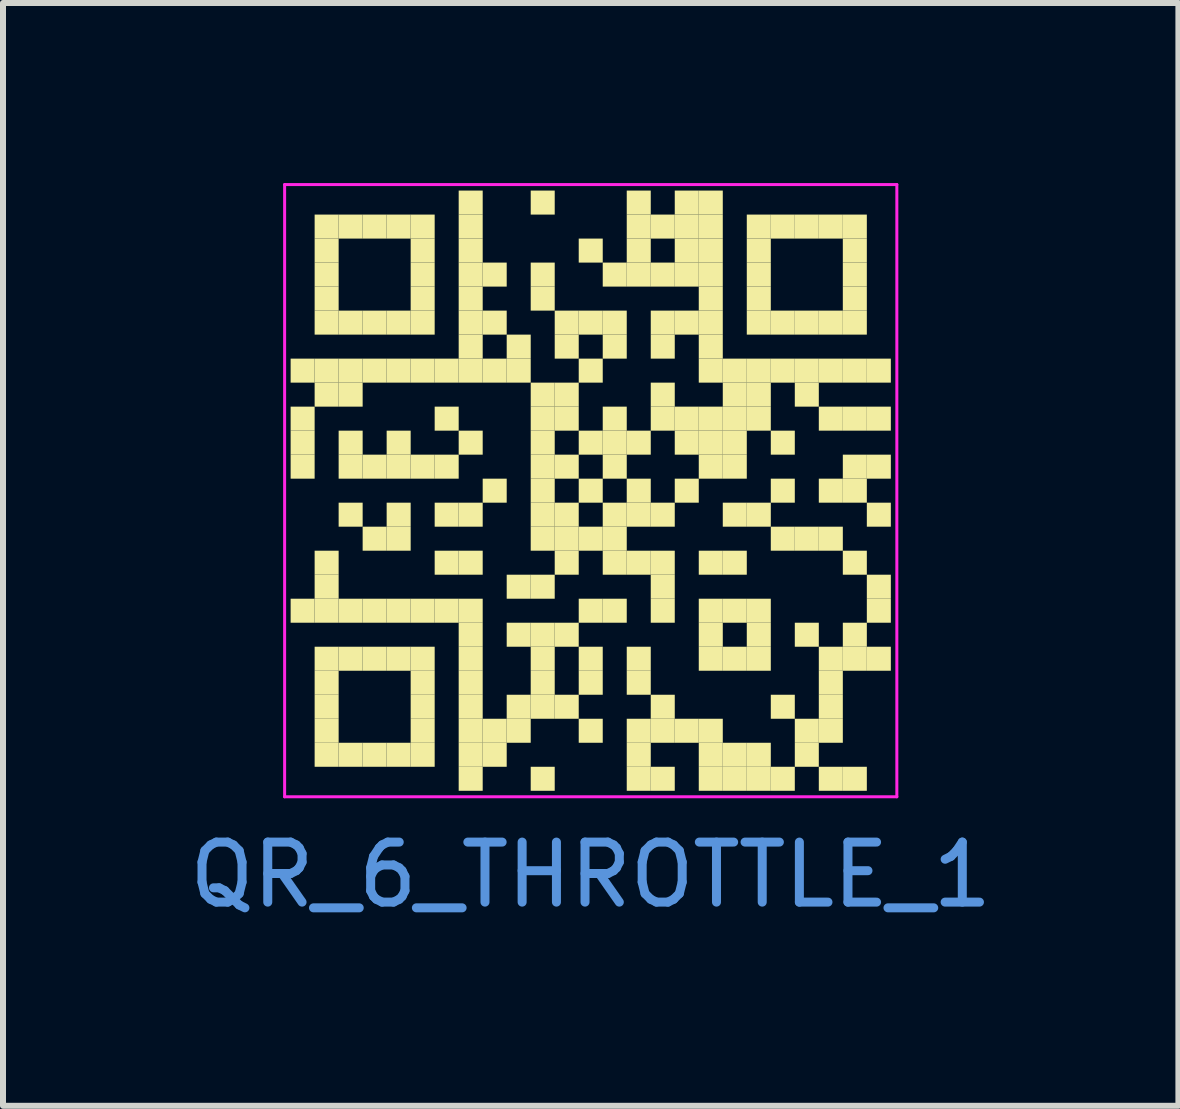
<source format=kicad_pcb>
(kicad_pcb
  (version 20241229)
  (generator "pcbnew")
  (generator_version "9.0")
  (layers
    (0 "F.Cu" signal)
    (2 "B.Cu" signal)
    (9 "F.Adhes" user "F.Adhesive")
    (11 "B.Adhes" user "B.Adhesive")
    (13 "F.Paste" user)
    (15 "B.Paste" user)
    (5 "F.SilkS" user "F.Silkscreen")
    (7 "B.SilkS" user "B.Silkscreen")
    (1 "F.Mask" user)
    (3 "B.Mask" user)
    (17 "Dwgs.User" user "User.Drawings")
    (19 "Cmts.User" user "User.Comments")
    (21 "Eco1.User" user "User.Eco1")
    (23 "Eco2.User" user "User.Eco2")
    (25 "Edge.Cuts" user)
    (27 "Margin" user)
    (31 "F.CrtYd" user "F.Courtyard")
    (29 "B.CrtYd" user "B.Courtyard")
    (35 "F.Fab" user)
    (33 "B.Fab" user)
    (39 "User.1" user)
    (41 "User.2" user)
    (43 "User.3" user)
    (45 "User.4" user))
  (footprint "QR_6_THROTTLE_1"
    (layer "F.Cu")
    (at 6.792 5.125)
    (property "Reference" "QR_6_THROTTLE_1" (at 0 6.4 0) (layer "Cmts.User") (effects (font (size 1 1) (thickness 0.15))))
    (fp_rect (start -5 -2.2) (end -4.6 -1.8) (stroke (width 0) (type solid)) (fill yes) (layer "F.SilkS"))
    (fp_rect (start -5 -1.4) (end -4.6 -1) (stroke (width 0) (type solid)) (fill yes) (layer "F.SilkS"))
    (fp_rect (start -5 -1) (end -4.6 -0.6) (stroke (width 0) (type solid)) (fill yes) (layer "F.SilkS"))
    (fp_rect (start -5 -0.6) (end -4.6 -0.2) (stroke (width 0) (type solid)) (fill yes) (layer "F.SilkS"))
    (fp_rect (start -5 1.8) (end -4.6 2.2) (stroke (width 0) (type solid)) (fill yes) (layer "F.SilkS"))
    (fp_rect (start -4.6 -4.6) (end -4.2 -4.2) (stroke (width 0) (type solid)) (fill yes) (layer "F.SilkS"))
    (fp_rect (start -4.6 -4.2) (end -4.2 -3.8) (stroke (width 0) (type solid)) (fill yes) (layer "F.SilkS"))
    (fp_rect (start -4.6 -3.8) (end -4.2 -3.4) (stroke (width 0) (type solid)) (fill yes) (layer "F.SilkS"))
    (fp_rect (start -4.6 -3.4) (end -4.2 -3) (stroke (width 0) (type solid)) (fill yes) (layer "F.SilkS"))
    (fp_rect (start -4.6 -3) (end -4.2 -2.6) (stroke (width 0) (type solid)) (fill yes) (layer "F.SilkS"))
    (fp_rect (start -4.6 -2.2) (end -4.2 -1.8) (stroke (width 0) (type solid)) (fill yes) (layer "F.SilkS"))
    (fp_rect (start -4.6 -1.8) (end -4.2 -1.4) (stroke (width 0) (type solid)) (fill yes) (layer "F.SilkS"))
    (fp_rect (start -4.6 1) (end -4.2 1.4) (stroke (width 0) (type solid)) (fill yes) (layer "F.SilkS"))
    (fp_rect (start -4.6 1.4) (end -4.2 1.8) (stroke (width 0) (type solid)) (fill yes) (layer "F.SilkS"))
    (fp_rect (start -4.6 1.8) (end -4.2 2.2) (stroke (width 0) (type solid)) (fill yes) (layer "F.SilkS"))
    (fp_rect (start -4.6 2.6) (end -4.2 3) (stroke (width 0) (type solid)) (fill yes) (layer "F.SilkS"))
    (fp_rect (start -4.6 3) (end -4.2 3.4) (stroke (width 0) (type solid)) (fill yes) (layer "F.SilkS"))
    (fp_rect (start -4.6 3.4) (end -4.2 3.8) (stroke (width 0) (type solid)) (fill yes) (layer "F.SilkS"))
    (fp_rect (start -4.6 3.8) (end -4.2 4.2) (stroke (width 0) (type solid)) (fill yes) (layer "F.SilkS"))
    (fp_rect (start -4.6 4.2) (end -4.2 4.6) (stroke (width 0) (type solid)) (fill yes) (layer "F.SilkS"))
    (fp_rect (start -4.2 -4.6) (end -3.8 -4.2) (stroke (width 0) (type solid)) (fill yes) (layer "F.SilkS"))
    (fp_rect (start -4.2 -3) (end -3.8 -2.6) (stroke (width 0) (type solid)) (fill yes) (layer "F.SilkS"))
    (fp_rect (start -4.2 -2.2) (end -3.8 -1.8) (stroke (width 0) (type solid)) (fill yes) (layer "F.SilkS"))
    (fp_rect (start -4.2 -1.8) (end -3.8 -1.4) (stroke (width 0) (type solid)) (fill yes) (layer "F.SilkS"))
    (fp_rect (start -4.2 -1) (end -3.8 -0.6) (stroke (width 0) (type solid)) (fill yes) (layer "F.SilkS"))
    (fp_rect (start -4.2 -0.6) (end -3.8 -0.2) (stroke (width 0) (type solid)) (fill yes) (layer "F.SilkS"))
    (fp_rect (start -4.2 0.2) (end -3.8 0.6) (stroke (width 0) (type solid)) (fill yes) (layer "F.SilkS"))
    (fp_rect (start -4.2 1.8) (end -3.8 2.2) (stroke (width 0) (type solid)) (fill yes) (layer "F.SilkS"))
    (fp_rect (start -4.2 2.6) (end -3.8 3) (stroke (width 0) (type solid)) (fill yes) (layer "F.SilkS"))
    (fp_rect (start -4.2 4.2) (end -3.8 4.6) (stroke (width 0) (type solid)) (fill yes) (layer "F.SilkS"))
    (fp_rect (start -3.8 -4.6) (end -3.4 -4.2) (stroke (width 0) (type solid)) (fill yes) (layer "F.SilkS"))
    (fp_rect (start -3.8 -3) (end -3.4 -2.6) (stroke (width 0) (type solid)) (fill yes) (layer "F.SilkS"))
    (fp_rect (start -3.8 -2.2) (end -3.4 -1.8) (stroke (width 0) (type solid)) (fill yes) (layer "F.SilkS"))
    (fp_rect (start -3.8 -0.6) (end -3.4 -0.2) (stroke (width 0) (type solid)) (fill yes) (layer "F.SilkS"))
    (fp_rect (start -3.8 0.6) (end -3.4 1) (stroke (width 0) (type solid)) (fill yes) (layer "F.SilkS"))
    (fp_rect (start -3.8 1.8) (end -3.4 2.2) (stroke (width 0) (type solid)) (fill yes) (layer "F.SilkS"))
    (fp_rect (start -3.8 2.6) (end -3.4 3) (stroke (width 0) (type solid)) (fill yes) (layer "F.SilkS"))
    (fp_rect (start -3.8 4.2) (end -3.4 4.6) (stroke (width 0) (type solid)) (fill yes) (layer "F.SilkS"))
    (fp_rect (start -3.4 -4.6) (end -3 -4.2) (stroke (width 0) (type solid)) (fill yes) (layer "F.SilkS"))
    (fp_rect (start -3.4 -3) (end -3 -2.6) (stroke (width 0) (type solid)) (fill yes) (layer "F.SilkS"))
    (fp_rect (start -3.4 -2.2) (end -3 -1.8) (stroke (width 0) (type solid)) (fill yes) (layer "F.SilkS"))
    (fp_rect (start -3.4 -1) (end -3 -0.6) (stroke (width 0) (type solid)) (fill yes) (layer "F.SilkS"))
    (fp_rect (start -3.4 -0.6) (end -3 -0.2) (stroke (width 0) (type solid)) (fill yes) (layer "F.SilkS"))
    (fp_rect (start -3.4 0.2) (end -3 0.6) (stroke (width 0) (type solid)) (fill yes) (layer "F.SilkS"))
    (fp_rect (start -3.4 0.6) (end -3 1) (stroke (width 0) (type solid)) (fill yes) (layer "F.SilkS"))
    (fp_rect (start -3.4 1.8) (end -3 2.2) (stroke (width 0) (type solid)) (fill yes) (layer "F.SilkS"))
    (fp_rect (start -3.4 2.6) (end -3 3) (stroke (width 0) (type solid)) (fill yes) (layer "F.SilkS"))
    (fp_rect (start -3.4 4.2) (end -3 4.6) (stroke (width 0) (type solid)) (fill yes) (layer "F.SilkS"))
    (fp_rect (start -3 -4.6) (end -2.6 -4.2) (stroke (width 0) (type solid)) (fill yes) (layer "F.SilkS"))
    (fp_rect (start -3 -4.2) (end -2.6 -3.8) (stroke (width 0) (type solid)) (fill yes) (layer "F.SilkS"))
    (fp_rect (start -3 -3.8) (end -2.6 -3.4) (stroke (width 0) (type solid)) (fill yes) (layer "F.SilkS"))
    (fp_rect (start -3 -3.4) (end -2.6 -3) (stroke (width 0) (type solid)) (fill yes) (layer "F.SilkS"))
    (fp_rect (start -3 -3) (end -2.6 -2.6) (stroke (width 0) (type solid)) (fill yes) (layer "F.SilkS"))
    (fp_rect (start -3 -2.2) (end -2.6 -1.8) (stroke (width 0) (type solid)) (fill yes) (layer "F.SilkS"))
    (fp_rect (start -3 -0.6) (end -2.6 -0.2) (stroke (width 0) (type solid)) (fill yes) (layer "F.SilkS"))
    (fp_rect (start -3 1.8) (end -2.6 2.2) (stroke (width 0) (type solid)) (fill yes) (layer "F.SilkS"))
    (fp_rect (start -3 2.6) (end -2.6 3) (stroke (width 0) (type solid)) (fill yes) (layer "F.SilkS"))
    (fp_rect (start -3 3) (end -2.6 3.4) (stroke (width 0) (type solid)) (fill yes) (layer "F.SilkS"))
    (fp_rect (start -3 3.4) (end -2.6 3.8) (stroke (width 0) (type solid)) (fill yes) (layer "F.SilkS"))
    (fp_rect (start -3 3.8) (end -2.6 4.2) (stroke (width 0) (type solid)) (fill yes) (layer "F.SilkS"))
    (fp_rect (start -3 4.2) (end -2.6 4.6) (stroke (width 0) (type solid)) (fill yes) (layer "F.SilkS"))
    (fp_rect (start -2.6 -2.2) (end -2.2 -1.8) (stroke (width 0) (type solid)) (fill yes) (layer "F.SilkS"))
    (fp_rect (start -2.6 -1.4) (end -2.2 -1) (stroke (width 0) (type solid)) (fill yes) (layer "F.SilkS"))
    (fp_rect (start -2.6 -0.6) (end -2.2 -0.2) (stroke (width 0) (type solid)) (fill yes) (layer "F.SilkS"))
    (fp_rect (start -2.6 0.2) (end -2.2 0.6) (stroke (width 0) (type solid)) (fill yes) (layer "F.SilkS"))
    (fp_rect (start -2.6 1) (end -2.2 1.4) (stroke (width 0) (type solid)) (fill yes) (layer "F.SilkS"))
    (fp_rect (start -2.6 1.8) (end -2.2 2.2) (stroke (width 0) (type solid)) (fill yes) (layer "F.SilkS"))
    (fp_rect (start -2.2 -5) (end -1.8 -4.6) (stroke (width 0) (type solid)) (fill yes) (layer "F.SilkS"))
    (fp_rect (start -2.2 -4.6) (end -1.8 -4.2) (stroke (width 0) (type solid)) (fill yes) (layer "F.SilkS"))
    (fp_rect (start -2.2 -4.2) (end -1.8 -3.8) (stroke (width 0) (type solid)) (fill yes) (layer "F.SilkS"))
    (fp_rect (start -2.2 -3.8) (end -1.8 -3.4) (stroke (width 0) (type solid)) (fill yes) (layer "F.SilkS"))
    (fp_rect (start -2.2 -3.4) (end -1.8 -3) (stroke (width 0) (type solid)) (fill yes) (layer "F.SilkS"))
    (fp_rect (start -2.2 -3) (end -1.8 -2.6) (stroke (width 0) (type solid)) (fill yes) (layer "F.SilkS"))
    (fp_rect (start -2.2 -2.6) (end -1.8 -2.2) (stroke (width 0) (type solid)) (fill yes) (layer "F.SilkS"))
    (fp_rect (start -2.2 -2.2) (end -1.8 -1.8) (stroke (width 0) (type solid)) (fill yes) (layer "F.SilkS"))
    (fp_rect (start -2.2 -1) (end -1.8 -0.6) (stroke (width 0) (type solid)) (fill yes) (layer "F.SilkS"))
    (fp_rect (start -2.2 0.2) (end -1.8 0.6) (stroke (width 0) (type solid)) (fill yes) (layer "F.SilkS"))
    (fp_rect (start -2.2 1) (end -1.8 1.4) (stroke (width 0) (type solid)) (fill yes) (layer "F.SilkS"))
    (fp_rect (start -2.2 1.8) (end -1.8 2.2) (stroke (width 0) (type solid)) (fill yes) (layer "F.SilkS"))
    (fp_rect (start -2.2 2.2) (end -1.8 2.6) (stroke (width 0) (type solid)) (fill yes) (layer "F.SilkS"))
    (fp_rect (start -2.2 2.6) (end -1.8 3) (stroke (width 0) (type solid)) (fill yes) (layer "F.SilkS"))
    (fp_rect (start -2.2 3) (end -1.8 3.4) (stroke (width 0) (type solid)) (fill yes) (layer "F.SilkS"))
    (fp_rect (start -2.2 3.4) (end -1.8 3.8) (stroke (width 0) (type solid)) (fill yes) (layer "F.SilkS"))
    (fp_rect (start -2.2 3.8) (end -1.8 4.2) (stroke (width 0) (type solid)) (fill yes) (layer "F.SilkS"))
    (fp_rect (start -2.2 4.2) (end -1.8 4.6) (stroke (width 0) (type solid)) (fill yes) (layer "F.SilkS"))
    (fp_rect (start -2.2 4.6) (end -1.8 5) (stroke (width 0) (type solid)) (fill yes) (layer "F.SilkS"))
    (fp_rect (start -1.8 -3.8) (end -1.4 -3.4) (stroke (width 0) (type solid)) (fill yes) (layer "F.SilkS"))
    (fp_rect (start -1.8 -3) (end -1.4 -2.6) (stroke (width 0) (type solid)) (fill yes) (layer "F.SilkS"))
    (fp_rect (start -1.8 -2.2) (end -1.4 -1.8) (stroke (width 0) (type solid)) (fill yes) (layer "F.SilkS"))
    (fp_rect (start -1.8 -0.2) (end -1.4 0.2) (stroke (width 0) (type solid)) (fill yes) (layer "F.SilkS"))
    (fp_rect (start -1.8 3.8) (end -1.4 4.2) (stroke (width 0) (type solid)) (fill yes) (layer "F.SilkS"))
    (fp_rect (start -1.8 4.2) (end -1.4 4.6) (stroke (width 0) (type solid)) (fill yes) (layer "F.SilkS"))
    (fp_rect (start -1.4 -2.6) (end -1 -2.2) (stroke (width 0) (type solid)) (fill yes) (layer "F.SilkS"))
    (fp_rect (start -1.4 -2.2) (end -1 -1.8) (stroke (width 0) (type solid)) (fill yes) (layer "F.SilkS"))
    (fp_rect (start -1.4 1.4) (end -1 1.8) (stroke (width 0) (type solid)) (fill yes) (layer "F.SilkS"))
    (fp_rect (start -1.4 2.2) (end -1 2.6) (stroke (width 0) (type solid)) (fill yes) (layer "F.SilkS"))
    (fp_rect (start -1.4 3.4) (end -1 3.8) (stroke (width 0) (type solid)) (fill yes) (layer "F.SilkS"))
    (fp_rect (start -1.4 3.8) (end -1 4.2) (stroke (width 0) (type solid)) (fill yes) (layer "F.SilkS"))
    (fp_rect (start -1 -5) (end -0.6 -4.6) (stroke (width 0) (type solid)) (fill yes) (layer "F.SilkS"))
    (fp_rect (start -1 -3.8) (end -0.6 -3.4) (stroke (width 0) (type solid)) (fill yes) (layer "F.SilkS"))
    (fp_rect (start -1 -3.4) (end -0.6 -3) (stroke (width 0) (type solid)) (fill yes) (layer "F.SilkS"))
    (fp_rect (start -1 -1.8) (end -0.6 -1.4) (stroke (width 0) (type solid)) (fill yes) (layer "F.SilkS"))
    (fp_rect (start -1 -1.4) (end -0.6 -1) (stroke (width 0) (type solid)) (fill yes) (layer "F.SilkS"))
    (fp_rect (start -1 -1) (end -0.6 -0.6) (stroke (width 0) (type solid)) (fill yes) (layer "F.SilkS"))
    (fp_rect (start -1 -0.6) (end -0.6 -0.2) (stroke (width 0) (type solid)) (fill yes) (layer "F.SilkS"))
    (fp_rect (start -1 -0.2) (end -0.6 0.2) (stroke (width 0) (type solid)) (fill yes) (layer "F.SilkS"))
    (fp_rect (start -1 0.2) (end -0.6 0.6) (stroke (width 0) (type solid)) (fill yes) (layer "F.SilkS"))
    (fp_rect (start -1 0.6) (end -0.6 1) (stroke (width 0) (type solid)) (fill yes) (layer "F.SilkS"))
    (fp_rect (start -1 1.4) (end -0.6 1.8) (stroke (width 0) (type solid)) (fill yes) (layer "F.SilkS"))
    (fp_rect (start -1 2.2) (end -0.6 2.6) (stroke (width 0) (type solid)) (fill yes) (layer "F.SilkS"))
    (fp_rect (start -1 2.6) (end -0.6 3) (stroke (width 0) (type solid)) (fill yes) (layer "F.SilkS"))
    (fp_rect (start -1 3) (end -0.6 3.4) (stroke (width 0) (type solid)) (fill yes) (layer "F.SilkS"))
    (fp_rect (start -1 3.4) (end -0.6 3.8) (stroke (width 0) (type solid)) (fill yes) (layer "F.SilkS"))
    (fp_rect (start -1 4.6) (end -0.6 5) (stroke (width 0) (type solid)) (fill yes) (layer "F.SilkS"))
    (fp_rect (start -0.6 -3) (end -0.2 -2.6) (stroke (width 0) (type solid)) (fill yes) (layer "F.SilkS"))
    (fp_rect (start -0.6 -2.6) (end -0.2 -2.2) (stroke (width 0) (type solid)) (fill yes) (layer "F.SilkS"))
    (fp_rect (start -0.6 -1.8) (end -0.2 -1.4) (stroke (width 0) (type solid)) (fill yes) (layer "F.SilkS"))
    (fp_rect (start -0.6 -1.4) (end -0.2 -1) (stroke (width 0) (type solid)) (fill yes) (layer "F.SilkS"))
    (fp_rect (start -0.6 -0.6) (end -0.2 -0.2) (stroke (width 0) (type solid)) (fill yes) (layer "F.SilkS"))
    (fp_rect (start -0.6 0.2) (end -0.2 0.6) (stroke (width 0) (type solid)) (fill yes) (layer "F.SilkS"))
    (fp_rect (start -0.6 0.6) (end -0.2 1) (stroke (width 0) (type solid)) (fill yes) (layer "F.SilkS"))
    (fp_rect (start -0.6 1) (end -0.2 1.4) (stroke (width 0) (type solid)) (fill yes) (layer "F.SilkS"))
    (fp_rect (start -0.6 2.2) (end -0.2 2.6) (stroke (width 0) (type solid)) (fill yes) (layer "F.SilkS"))
    (fp_rect (start -0.6 3.4) (end -0.2 3.8) (stroke (width 0) (type solid)) (fill yes) (layer "F.SilkS"))
    (fp_rect (start -0.2 -4.2) (end 0.2 -3.8) (stroke (width 0) (type solid)) (fill yes) (layer "F.SilkS"))
    (fp_rect (start -0.2 -3) (end 0.2 -2.6) (stroke (width 0) (type solid)) (fill yes) (layer "F.SilkS"))
    (fp_rect (start -0.2 -2.2) (end 0.2 -1.8) (stroke (width 0) (type solid)) (fill yes) (layer "F.SilkS"))
    (fp_rect (start -0.2 -1) (end 0.2 -0.6) (stroke (width 0) (type solid)) (fill yes) (layer "F.SilkS"))
    (fp_rect (start -0.2 -0.2) (end 0.2 0.2) (stroke (width 0) (type solid)) (fill yes) (layer "F.SilkS"))
    (fp_rect (start -0.2 0.6) (end 0.2 1) (stroke (width 0) (type solid)) (fill yes) (layer "F.SilkS"))
    (fp_rect (start -0.2 1.8) (end 0.2 2.2) (stroke (width 0) (type solid)) (fill yes) (layer "F.SilkS"))
    (fp_rect (start -0.2 2.6) (end 0.2 3) (stroke (width 0) (type solid)) (fill yes) (layer "F.SilkS"))
    (fp_rect (start -0.2 3) (end 0.2 3.4) (stroke (width 0) (type solid)) (fill yes) (layer "F.SilkS"))
    (fp_rect (start -0.2 3.8) (end 0.2 4.2) (stroke (width 0) (type solid)) (fill yes) (layer "F.SilkS"))
    (fp_rect (start 0.2 -3.8) (end 0.6 -3.4) (stroke (width 0) (type solid)) (fill yes) (layer "F.SilkS"))
    (fp_rect (start 0.2 -3) (end 0.6 -2.6) (stroke (width 0) (type solid)) (fill yes) (layer "F.SilkS"))
    (fp_rect (start 0.2 -2.6) (end 0.6 -2.2) (stroke (width 0) (type solid)) (fill yes) (layer "F.SilkS"))
    (fp_rect (start 0.2 -1.4) (end 0.6 -1) (stroke (width 0) (type solid)) (fill yes) (layer "F.SilkS"))
    (fp_rect (start 0.2 -1) (end 0.6 -0.6) (stroke (width 0) (type solid)) (fill yes) (layer "F.SilkS"))
    (fp_rect (start 0.2 -0.6) (end 0.6 -0.2) (stroke (width 0) (type solid)) (fill yes) (layer "F.SilkS"))
    (fp_rect (start 0.2 0.2) (end 0.6 0.6) (stroke (width 0) (type solid)) (fill yes) (layer "F.SilkS"))
    (fp_rect (start 0.2 0.6) (end 0.6 1) (stroke (width 0) (type solid)) (fill yes) (layer "F.SilkS"))
    (fp_rect (start 0.2 1) (end 0.6 1.4) (stroke (width 0) (type solid)) (fill yes) (layer "F.SilkS"))
    (fp_rect (start 0.2 1.8) (end 0.6 2.2) (stroke (width 0) (type solid)) (fill yes) (layer "F.SilkS"))
    (fp_rect (start 0.6 -5) (end 1 -4.6) (stroke (width 0) (type solid)) (fill yes) (layer "F.SilkS"))
    (fp_rect (start 0.6 -4.6) (end 1 -4.2) (stroke (width 0) (type solid)) (fill yes) (layer "F.SilkS"))
    (fp_rect (start 0.6 -4.2) (end 1 -3.8) (stroke (width 0) (type solid)) (fill yes) (layer "F.SilkS"))
    (fp_rect (start 0.6 -3.8) (end 1 -3.4) (stroke (width 0) (type solid)) (fill yes) (layer "F.SilkS"))
    (fp_rect (start 0.6 -1) (end 1 -0.6) (stroke (width 0) (type solid)) (fill yes) (layer "F.SilkS"))
    (fp_rect (start 0.6 -0.2) (end 1 0.2) (stroke (width 0) (type solid)) (fill yes) (layer "F.SilkS"))
    (fp_rect (start 0.6 0.2) (end 1 0.6) (stroke (width 0) (type solid)) (fill yes) (layer "F.SilkS"))
    (fp_rect (start 0.6 1) (end 1 1.4) (stroke (width 0) (type solid)) (fill yes) (layer "F.SilkS"))
    (fp_rect (start 0.6 2.6) (end 1 3) (stroke (width 0) (type solid)) (fill yes) (layer "F.SilkS"))
    (fp_rect (start 0.6 3) (end 1 3.4) (stroke (width 0) (type solid)) (fill yes) (layer "F.SilkS"))
    (fp_rect (start 0.6 3.8) (end 1 4.2) (stroke (width 0) (type solid)) (fill yes) (layer "F.SilkS"))
    (fp_rect (start 0.6 4.2) (end 1 4.6) (stroke (width 0) (type solid)) (fill yes) (layer "F.SilkS"))
    (fp_rect (start 0.6 4.6) (end 1 5) (stroke (width 0) (type solid)) (fill yes) (layer "F.SilkS"))
    (fp_rect (start 1 -4.6) (end 1.4 -4.2) (stroke (width 0) (type solid)) (fill yes) (layer "F.SilkS"))
    (fp_rect (start 1 -3.8) (end 1.4 -3.4) (stroke (width 0) (type solid)) (fill yes) (layer "F.SilkS"))
    (fp_rect (start 1 -3) (end 1.4 -2.6) (stroke (width 0) (type solid)) (fill yes) (layer "F.SilkS"))
    (fp_rect (start 1 -2.6) (end 1.4 -2.2) (stroke (width 0) (type solid)) (fill yes) (layer "F.SilkS"))
    (fp_rect (start 1 -1.8) (end 1.4 -1.4) (stroke (width 0) (type solid)) (fill yes) (layer "F.SilkS"))
    (fp_rect (start 1 -1.4) (end 1.4 -1) (stroke (width 0) (type solid)) (fill yes) (layer "F.SilkS"))
    (fp_rect (start 1 0.2) (end 1.4 0.6) (stroke (width 0) (type solid)) (fill yes) (layer "F.SilkS"))
    (fp_rect (start 1 1) (end 1.4 1.4) (stroke (width 0) (type solid)) (fill yes) (layer "F.SilkS"))
    (fp_rect (start 1 1.4) (end 1.4 1.8) (stroke (width 0) (type solid)) (fill yes) (layer "F.SilkS"))
    (fp_rect (start 1 1.8) (end 1.4 2.2) (stroke (width 0) (type solid)) (fill yes) (layer "F.SilkS"))
    (fp_rect (start 1 3.4) (end 1.4 3.8) (stroke (width 0) (type solid)) (fill yes) (layer "F.SilkS"))
    (fp_rect (start 1 3.8) (end 1.4 4.2) (stroke (width 0) (type solid)) (fill yes) (layer "F.SilkS"))
    (fp_rect (start 1 4.6) (end 1.4 5) (stroke (width 0) (type solid)) (fill yes) (layer "F.SilkS"))
    (fp_rect (start 1.4 -5) (end 1.8 -4.6) (stroke (width 0) (type solid)) (fill yes) (layer "F.SilkS"))
    (fp_rect (start 1.4 -4.6) (end 1.8 -4.2) (stroke (width 0) (type solid)) (fill yes) (layer "F.SilkS"))
    (fp_rect (start 1.4 -4.2) (end 1.8 -3.8) (stroke (width 0) (type solid)) (fill yes) (layer "F.SilkS"))
    (fp_rect (start 1.4 -3.8) (end 1.8 -3.4) (stroke (width 0) (type solid)) (fill yes) (layer "F.SilkS"))
    (fp_rect (start 1.4 -3) (end 1.8 -2.6) (stroke (width 0) (type solid)) (fill yes) (layer "F.SilkS"))
    (fp_rect (start 1.4 -1.4) (end 1.8 -1) (stroke (width 0) (type solid)) (fill yes) (layer "F.SilkS"))
    (fp_rect (start 1.4 -1) (end 1.8 -0.6) (stroke (width 0) (type solid)) (fill yes) (layer "F.SilkS"))
    (fp_rect (start 1.4 -0.2) (end 1.8 0.2) (stroke (width 0) (type solid)) (fill yes) (layer "F.SilkS"))
    (fp_rect (start 1.4 3.8) (end 1.8 4.2) (stroke (width 0) (type solid)) (fill yes) (layer "F.SilkS"))
    (fp_rect (start 1.8 -5) (end 2.2 -4.6) (stroke (width 0) (type solid)) (fill yes) (layer "F.SilkS"))
    (fp_rect (start 1.8 -4.6) (end 2.2 -4.2) (stroke (width 0) (type solid)) (fill yes) (layer "F.SilkS"))
    (fp_rect (start 1.8 -4.2) (end 2.2 -3.8) (stroke (width 0) (type solid)) (fill yes) (layer "F.SilkS"))
    (fp_rect (start 1.8 -3.8) (end 2.2 -3.4) (stroke (width 0) (type solid)) (fill yes) (layer "F.SilkS"))
    (fp_rect (start 1.8 -3.4) (end 2.2 -3) (stroke (width 0) (type solid)) (fill yes) (layer "F.SilkS"))
    (fp_rect (start 1.8 -3) (end 2.2 -2.6) (stroke (width 0) (type solid)) (fill yes) (layer "F.SilkS"))
    (fp_rect (start 1.8 -2.6) (end 2.2 -2.2) (stroke (width 0) (type solid)) (fill yes) (layer "F.SilkS"))
    (fp_rect (start 1.8 -2.2) (end 2.2 -1.8) (stroke (width 0) (type solid)) (fill yes) (layer "F.SilkS"))
    (fp_rect (start 1.8 -1.4) (end 2.2 -1) (stroke (width 0) (type solid)) (fill yes) (layer "F.SilkS"))
    (fp_rect (start 1.8 -1) (end 2.2 -0.6) (stroke (width 0) (type solid)) (fill yes) (layer "F.SilkS"))
    (fp_rect (start 1.8 -0.6) (end 2.2 -0.2) (stroke (width 0) (type solid)) (fill yes) (layer "F.SilkS"))
    (fp_rect (start 1.8 1) (end 2.2 1.4) (stroke (width 0) (type solid)) (fill yes) (layer "F.SilkS"))
    (fp_rect (start 1.8 1.8) (end 2.2 2.2) (stroke (width 0) (type solid)) (fill yes) (layer "F.SilkS"))
    (fp_rect (start 1.8 2.2) (end 2.2 2.6) (stroke (width 0) (type solid)) (fill yes) (layer "F.SilkS"))
    (fp_rect (start 1.8 2.6) (end 2.2 3) (stroke (width 0) (type solid)) (fill yes) (layer "F.SilkS"))
    (fp_rect (start 1.8 3.8) (end 2.2 4.2) (stroke (width 0) (type solid)) (fill yes) (layer "F.SilkS"))
    (fp_rect (start 1.8 4.2) (end 2.2 4.6) (stroke (width 0) (type solid)) (fill yes) (layer "F.SilkS"))
    (fp_rect (start 1.8 4.6) (end 2.2 5) (stroke (width 0) (type solid)) (fill yes) (layer "F.SilkS"))
    (fp_rect (start 2.2 -2.2) (end 2.6 -1.8) (stroke (width 0) (type solid)) (fill yes) (layer "F.SilkS"))
    (fp_rect (start 2.2 -1.8) (end 2.6 -1.4) (stroke (width 0) (type solid)) (fill yes) (layer "F.SilkS"))
    (fp_rect (start 2.2 -1.4) (end 2.6 -1) (stroke (width 0) (type solid)) (fill yes) (layer "F.SilkS"))
    (fp_rect (start 2.2 -1) (end 2.6 -0.6) (stroke (width 0) (type solid)) (fill yes) (layer "F.SilkS"))
    (fp_rect (start 2.2 -0.6) (end 2.6 -0.2) (stroke (width 0) (type solid)) (fill yes) (layer "F.SilkS"))
    (fp_rect (start 2.2 0.2) (end 2.6 0.6) (stroke (width 0) (type solid)) (fill yes) (layer "F.SilkS"))
    (fp_rect (start 2.2 1) (end 2.6 1.4) (stroke (width 0) (type solid)) (fill yes) (layer "F.SilkS"))
    (fp_rect (start 2.2 1.8) (end 2.6 2.2) (stroke (width 0) (type solid)) (fill yes) (layer "F.SilkS"))
    (fp_rect (start 2.2 2.6) (end 2.6 3) (stroke (width 0) (type solid)) (fill yes) (layer "F.SilkS"))
    (fp_rect (start 2.2 4.2) (end 2.6 4.6) (stroke (width 0) (type solid)) (fill yes) (layer "F.SilkS"))
    (fp_rect (start 2.2 4.6) (end 2.6 5) (stroke (width 0) (type solid)) (fill yes) (layer "F.SilkS"))
    (fp_rect (start 2.6 -4.6) (end 3 -4.2) (stroke (width 0) (type solid)) (fill yes) (layer "F.SilkS"))
    (fp_rect (start 2.6 -4.2) (end 3 -3.8) (stroke (width 0) (type solid)) (fill yes) (layer "F.SilkS"))
    (fp_rect (start 2.6 -3.8) (end 3 -3.4) (stroke (width 0) (type solid)) (fill yes) (layer "F.SilkS"))
    (fp_rect (start 2.6 -3.4) (end 3 -3) (stroke (width 0) (type solid)) (fill yes) (layer "F.SilkS"))
    (fp_rect (start 2.6 -3) (end 3 -2.6) (stroke (width 0) (type solid)) (fill yes) (layer "F.SilkS"))
    (fp_rect (start 2.6 -2.2) (end 3 -1.8) (stroke (width 0) (type solid)) (fill yes) (layer "F.SilkS"))
    (fp_rect (start 2.6 -1.8) (end 3 -1.4) (stroke (width 0) (type solid)) (fill yes) (layer "F.SilkS"))
    (fp_rect (start 2.6 -1.4) (end 3 -1) (stroke (width 0) (type solid)) (fill yes) (layer "F.SilkS"))
    (fp_rect (start 2.6 0.2) (end 3 0.6) (stroke (width 0) (type solid)) (fill yes) (layer "F.SilkS"))
    (fp_rect (start 2.6 1.8) (end 3 2.2) (stroke (width 0) (type solid)) (fill yes) (layer "F.SilkS"))
    (fp_rect (start 2.6 2.2) (end 3 2.6) (stroke (width 0) (type solid)) (fill yes) (layer "F.SilkS"))
    (fp_rect (start 2.6 2.6) (end 3 3) (stroke (width 0) (type solid)) (fill yes) (layer "F.SilkS"))
    (fp_rect (start 2.6 4.2) (end 3 4.6) (stroke (width 0) (type solid)) (fill yes) (layer "F.SilkS"))
    (fp_rect (start 2.6 4.6) (end 3 5) (stroke (width 0) (type solid)) (fill yes) (layer "F.SilkS"))
    (fp_rect (start 3 -4.6) (end 3.4 -4.2) (stroke (width 0) (type solid)) (fill yes) (layer "F.SilkS"))
    (fp_rect (start 3 -3) (end 3.4 -2.6) (stroke (width 0) (type solid)) (fill yes) (layer "F.SilkS"))
    (fp_rect (start 3 -2.2) (end 3.4 -1.8) (stroke (width 0) (type solid)) (fill yes) (layer "F.SilkS"))
    (fp_rect (start 3 -1) (end 3.4 -0.6) (stroke (width 0) (type solid)) (fill yes) (layer "F.SilkS"))
    (fp_rect (start 3 -0.2) (end 3.4 0.2) (stroke (width 0) (type solid)) (fill yes) (layer "F.SilkS"))
    (fp_rect (start 3 0.6) (end 3.4 1) (stroke (width 0) (type solid)) (fill yes) (layer "F.SilkS"))
    (fp_rect (start 3 3.4) (end 3.4 3.8) (stroke (width 0) (type solid)) (fill yes) (layer "F.SilkS"))
    (fp_rect (start 3 4.6) (end 3.4 5) (stroke (width 0) (type solid)) (fill yes) (layer "F.SilkS"))
    (fp_rect (start 3.4 -4.6) (end 3.8 -4.2) (stroke (width 0) (type solid)) (fill yes) (layer "F.SilkS"))
    (fp_rect (start 3.4 -3) (end 3.8 -2.6) (stroke (width 0) (type solid)) (fill yes) (layer "F.SilkS"))
    (fp_rect (start 3.4 -2.2) (end 3.8 -1.8) (stroke (width 0) (type solid)) (fill yes) (layer "F.SilkS"))
    (fp_rect (start 3.4 -1.8) (end 3.8 -1.4) (stroke (width 0) (type solid)) (fill yes) (layer "F.SilkS"))
    (fp_rect (start 3.4 0.6) (end 3.8 1) (stroke (width 0) (type solid)) (fill yes) (layer "F.SilkS"))
    (fp_rect (start 3.4 2.2) (end 3.8 2.6) (stroke (width 0) (type solid)) (fill yes) (layer "F.SilkS"))
    (fp_rect (start 3.4 3.8) (end 3.8 4.2) (stroke (width 0) (type solid)) (fill yes) (layer "F.SilkS"))
    (fp_rect (start 3.4 4.2) (end 3.8 4.6) (stroke (width 0) (type solid)) (fill yes) (layer "F.SilkS"))
    (fp_rect (start 3.8 -4.6) (end 4.2 -4.2) (stroke (width 0) (type solid)) (fill yes) (layer "F.SilkS"))
    (fp_rect (start 3.8 -3) (end 4.2 -2.6) (stroke (width 0) (type solid)) (fill yes) (layer "F.SilkS"))
    (fp_rect (start 3.8 -2.2) (end 4.2 -1.8) (stroke (width 0) (type solid)) (fill yes) (layer "F.SilkS"))
    (fp_rect (start 3.8 -1.4) (end 4.2 -1) (stroke (width 0) (type solid)) (fill yes) (layer "F.SilkS"))
    (fp_rect (start 3.8 -0.2) (end 4.2 0.2) (stroke (width 0) (type solid)) (fill yes) (layer "F.SilkS"))
    (fp_rect (start 3.8 0.6) (end 4.2 1) (stroke (width 0) (type solid)) (fill yes) (layer "F.SilkS"))
    (fp_rect (start 3.8 2.6) (end 4.2 3) (stroke (width 0) (type solid)) (fill yes) (layer "F.SilkS"))
    (fp_rect (start 3.8 3) (end 4.2 3.4) (stroke (width 0) (type solid)) (fill yes) (layer "F.SilkS"))
    (fp_rect (start 3.8 3.4) (end 4.2 3.8) (stroke (width 0) (type solid)) (fill yes) (layer "F.SilkS"))
    (fp_rect (start 3.8 3.8) (end 4.2 4.2) (stroke (width 0) (type solid)) (fill yes) (layer "F.SilkS"))
    (fp_rect (start 3.8 4.6) (end 4.2 5) (stroke (width 0) (type solid)) (fill yes) (layer "F.SilkS"))
    (fp_rect (start 4.2 -4.6) (end 4.6 -4.2) (stroke (width 0) (type solid)) (fill yes) (layer "F.SilkS"))
    (fp_rect (start 4.2 -4.2) (end 4.6 -3.8) (stroke (width 0) (type solid)) (fill yes) (layer "F.SilkS"))
    (fp_rect (start 4.2 -3.8) (end 4.6 -3.4) (stroke (width 0) (type solid)) (fill yes) (layer "F.SilkS"))
    (fp_rect (start 4.2 -3.4) (end 4.6 -3) (stroke (width 0) (type solid)) (fill yes) (layer "F.SilkS"))
    (fp_rect (start 4.2 -3) (end 4.6 -2.6) (stroke (width 0) (type solid)) (fill yes) (layer "F.SilkS"))
    (fp_rect (start 4.2 -2.2) (end 4.6 -1.8) (stroke (width 0) (type solid)) (fill yes) (layer "F.SilkS"))
    (fp_rect (start 4.2 -1.4) (end 4.6 -1) (stroke (width 0) (type solid)) (fill yes) (layer "F.SilkS"))
    (fp_rect (start 4.2 -0.6) (end 4.6 -0.2) (stroke (width 0) (type solid)) (fill yes) (layer "F.SilkS"))
    (fp_rect (start 4.2 -0.2) (end 4.6 0.2) (stroke (width 0) (type solid)) (fill yes) (layer "F.SilkS"))
    (fp_rect (start 4.2 1) (end 4.6 1.4) (stroke (width 0) (type solid)) (fill yes) (layer "F.SilkS"))
    (fp_rect (start 4.2 2.2) (end 4.6 2.6) (stroke (width 0) (type solid)) (fill yes) (layer "F.SilkS"))
    (fp_rect (start 4.2 2.6) (end 4.6 3) (stroke (width 0) (type solid)) (fill yes) (layer "F.SilkS"))
    (fp_rect (start 4.2 4.6) (end 4.6 5) (stroke (width 0) (type solid)) (fill yes) (layer "F.SilkS"))
    (fp_rect (start 4.6 -2.2) (end 5 -1.8) (stroke (width 0) (type solid)) (fill yes) (layer "F.SilkS"))
    (fp_rect (start 4.6 -1.4) (end 5 -1) (stroke (width 0) (type solid)) (fill yes) (layer "F.SilkS"))
    (fp_rect (start 4.6 -0.6) (end 5 -0.2) (stroke (width 0) (type solid)) (fill yes) (layer "F.SilkS"))
    (fp_rect (start 4.6 0.2) (end 5 0.6) (stroke (width 0) (type solid)) (fill yes) (layer "F.SilkS"))
    (fp_rect (start 4.6 1.4) (end 5 1.8) (stroke (width 0) (type solid)) (fill yes) (layer "F.SilkS"))
    (fp_rect (start 4.6 1.8) (end 5 2.2) (stroke (width 0) (type solid)) (fill yes) (layer "F.SilkS"))
    (fp_rect (start 4.6 2.6) (end 5 3) (stroke (width 0) (type solid)) (fill yes) (layer "F.SilkS"))
    (fp_line (start -5.1 -5.1) (end 5.1 -5.1) (stroke (width 0.05) (type solid)) (layer "F.CrtYd"))
    (fp_line (start -5.1 5.1) (end -5.1 -5.1) (stroke (width 0.05) (type solid)) (layer "F.CrtYd"))
    (fp_line (start 5.1 -5.1) (end 5.1 5.1) (stroke (width 0.05) (type solid)) (layer "F.CrtYd"))
    (fp_line (start 5.1 5.1) (end -5.1 5.1) (stroke (width 0.05) (type solid)) (layer "F.CrtYd")))
  (gr_rect
    (start -3 -3)
    (end 16.583 15.373)
    (stroke (width 0.1) (type default))
    (fill no)
    (layer "Edge.Cuts")))
</source>
